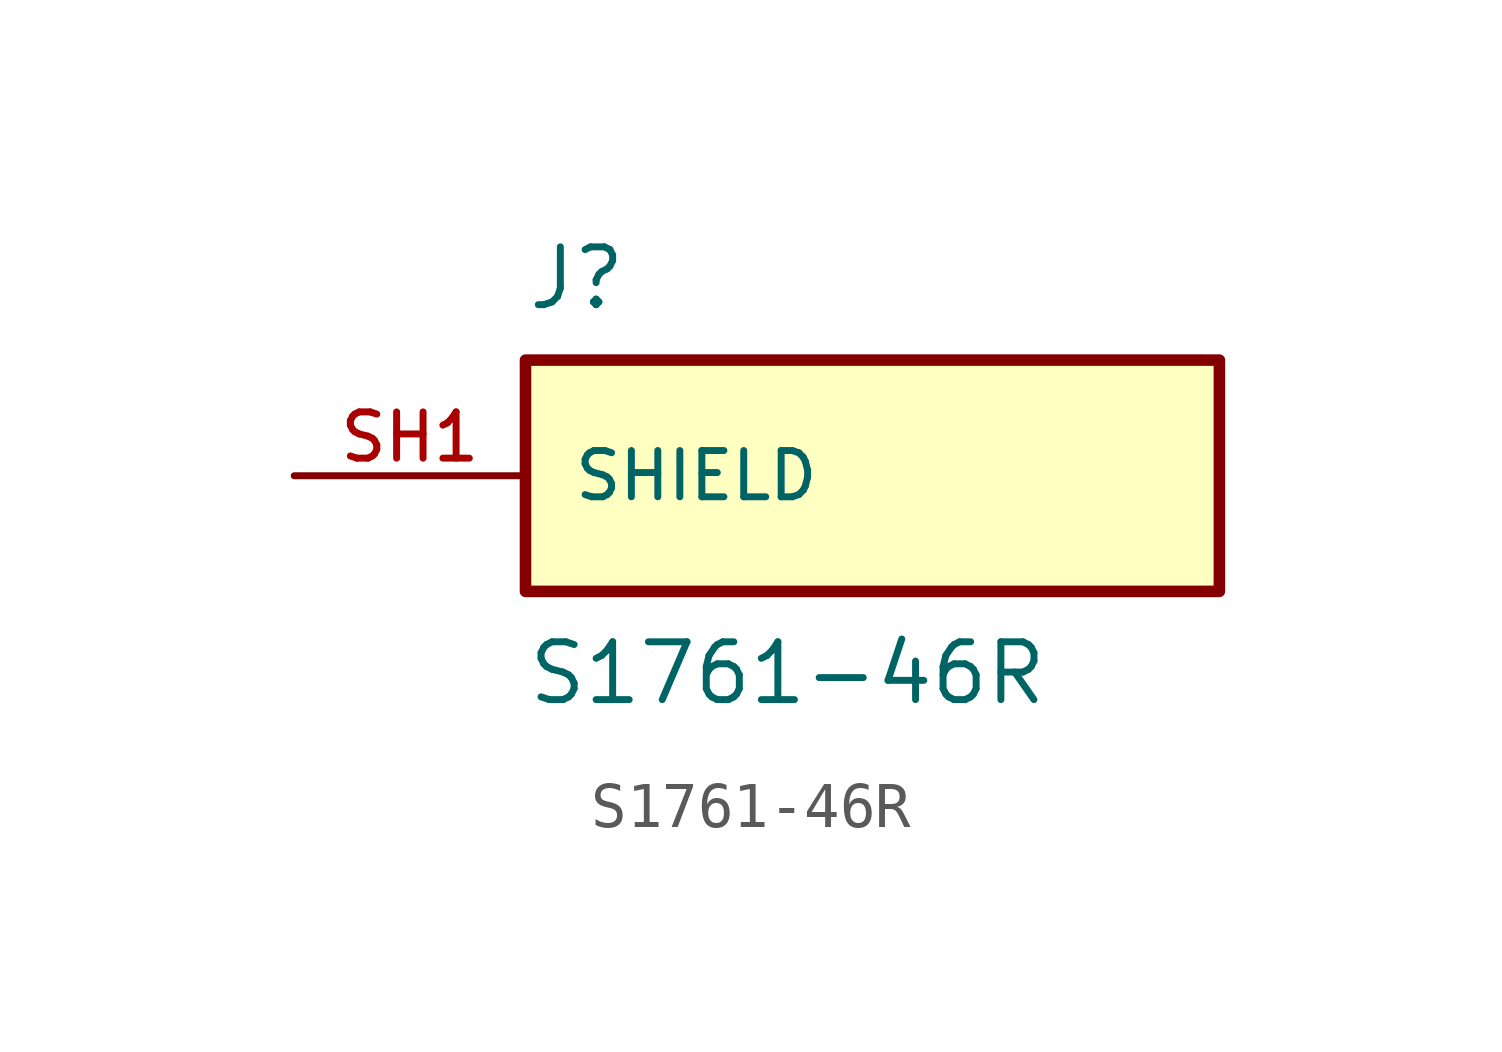
<source format=kicad_sym>
(kicad_symbol_lib
  (version 20211014)
  (generator kicad_symbol_editor)
  (symbol "S1761-46R"
    (pin_names
      (offset 1.016))
    (property "Reference" "J"
      (at -7.62 5.08 0)
      (effects (font (size 1.27 1.27)) (justify top left)))
    (property "Value" "S1761-46R"
      (at -7.62 -5.08 0)
      (effects (font (size 1.27 1.27)) (justify bottom left)))
    (symbol "S1761-46R_0_0"
      (rectangle (start -7.62 -2.54) (end 7.62 2.54) (stroke (width 0.254)) (fill (type background)))
      (pin passive line (at -12.7 0.0 0) (length 5.08) (name "SHIELD" (effects (font (size 1.016 1.016)))) (number "SH1" (effects (font (size 1.016 1.016))))))))
</source>
